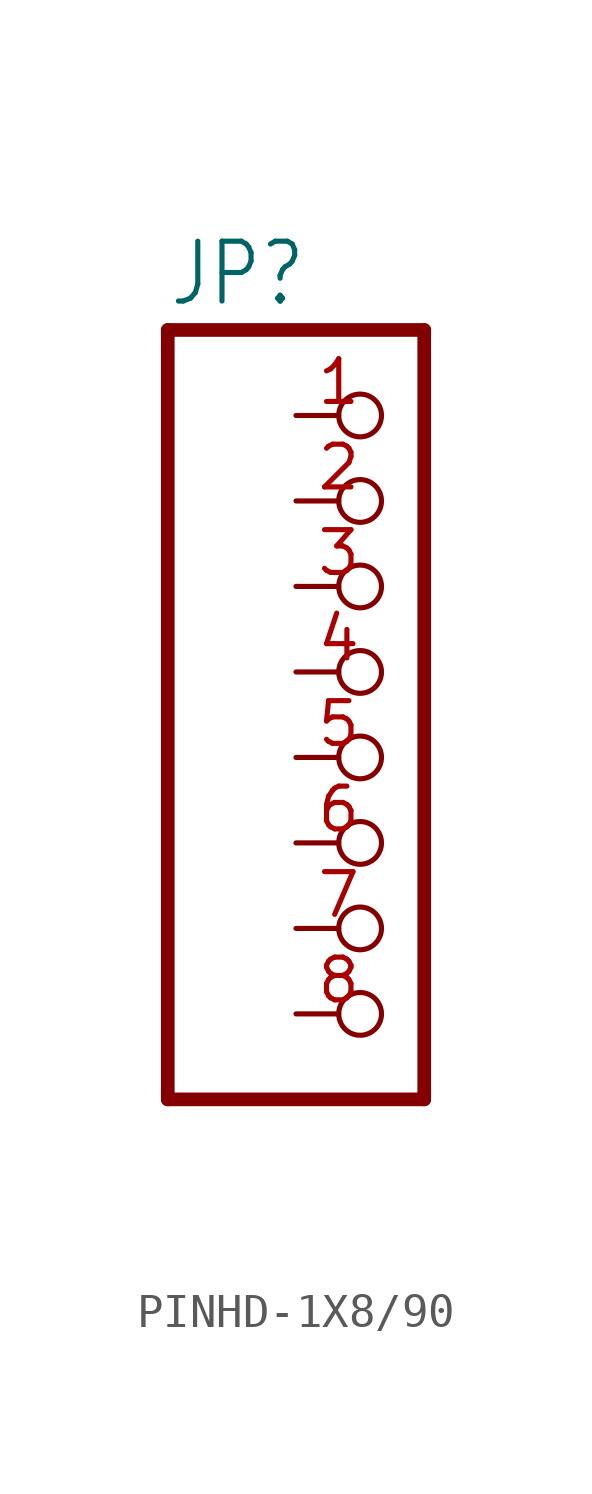
<source format=kicad_sym>
(kicad_symbol_lib
  (version 20220914)
  (generator kicad_symbol_editor)
  (symbol "PINHD-1X8/90"
    (property "Reference" "JP"
      (at -6.35 13.335 0)
      (effects (font (size 1.778 1.511)) (justify left bottom)))
    (property "Value" ""
      (at -6.35 -12.7 0)
      (effects (font (size 1.778 1.511)) (justify left bottom)))
    (property "ki_locked" ""
      (at 0 0 0)
      (effects (font (size 1.27 1.27))))
    (symbol "PINHD-1X8/90_1_0"
      (polyline (pts (xy -6.35 -10.16) (xy 1.27 -10.16)) (stroke (width 0.406) (type solid)) (fill (type none)))
      (polyline (pts (xy -6.35 12.7) (xy -6.35 -10.16)) (stroke (width 0.406) (type solid)) (fill (type none)))
      (polyline (pts (xy 1.27 -10.16) (xy 1.27 12.7)) (stroke (width 0.406) (type solid)) (fill (type none)))
      (polyline (pts (xy 1.27 12.7) (xy -6.35 12.7)) (stroke (width 0.406) (type solid)) (fill (type none)))
      (pin passive inverted (at -2.54 10.16 0) (length 2.54) (name "1" (effects (font (size 0 0)))) (number "1" (effects (font (size 1.27 1.27)))))
      (pin passive inverted (at -2.54 7.62 0) (length 2.54) (name "2" (effects (font (size 0 0)))) (number "2" (effects (font (size 1.27 1.27)))))
      (pin passive inverted (at -2.54 5.08 0) (length 2.54) (name "3" (effects (font (size 0 0)))) (number "3" (effects (font (size 1.27 1.27)))))
      (pin passive inverted (at -2.54 2.54 0) (length 2.54) (name "4" (effects (font (size 0 0)))) (number "4" (effects (font (size 1.27 1.27)))))
      (pin passive inverted (at -2.54 0 0) (length 2.54) (name "5" (effects (font (size 0 0)))) (number "5" (effects (font (size 1.27 1.27)))))
      (pin passive inverted (at -2.54 -2.54 0) (length 2.54) (name "6" (effects (font (size 0 0)))) (number "6" (effects (font (size 1.27 1.27)))))
      (pin passive inverted (at -2.54 -5.08 0) (length 2.54) (name "7" (effects (font (size 0 0)))) (number "7" (effects (font (size 1.27 1.27)))))
      (pin passive inverted (at -2.54 -7.62 0) (length 2.54) (name "8" (effects (font (size 0 0)))) (number "8" (effects (font (size 1.27 1.27))))))))
</source>
